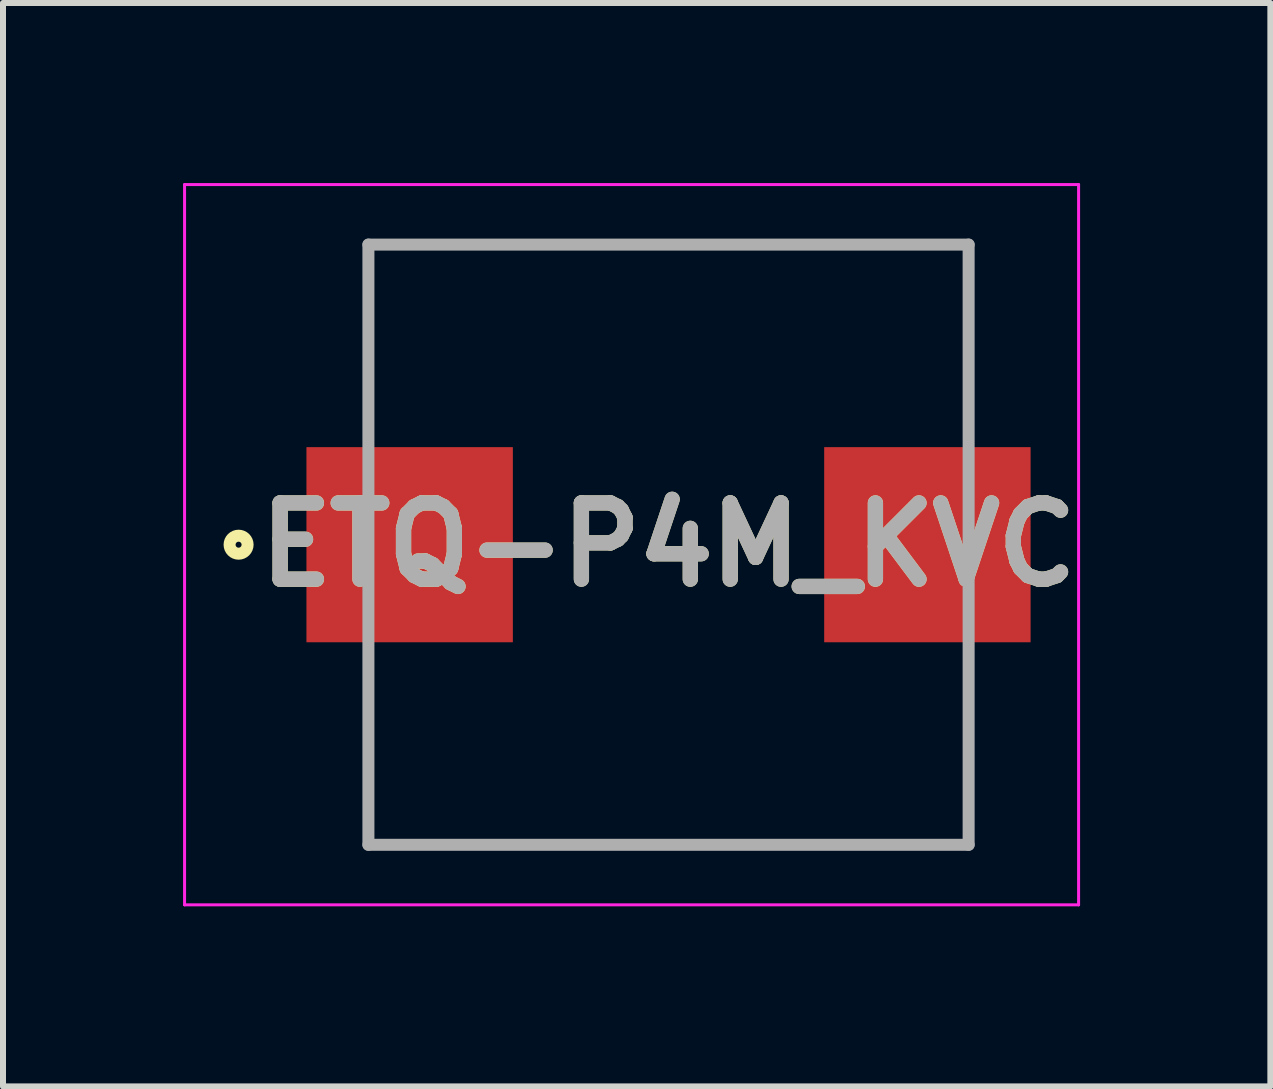
<source format=kicad_pcb>
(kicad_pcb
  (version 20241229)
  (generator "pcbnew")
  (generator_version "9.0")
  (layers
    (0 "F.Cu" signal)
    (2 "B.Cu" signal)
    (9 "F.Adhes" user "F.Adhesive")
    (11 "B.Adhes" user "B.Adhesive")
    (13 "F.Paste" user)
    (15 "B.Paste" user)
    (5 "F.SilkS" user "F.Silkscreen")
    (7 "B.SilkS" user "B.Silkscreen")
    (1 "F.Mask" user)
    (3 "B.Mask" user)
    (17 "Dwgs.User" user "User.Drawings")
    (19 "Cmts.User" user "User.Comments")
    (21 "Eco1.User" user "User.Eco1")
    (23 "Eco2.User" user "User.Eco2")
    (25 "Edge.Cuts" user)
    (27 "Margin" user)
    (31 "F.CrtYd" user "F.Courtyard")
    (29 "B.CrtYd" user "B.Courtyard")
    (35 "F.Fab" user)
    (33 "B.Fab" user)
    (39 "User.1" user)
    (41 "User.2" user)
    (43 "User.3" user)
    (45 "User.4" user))
  (footprint "ETQ-P4M_KVC"
    (layer "F.Cu")
    (at 8.088 6.025)
    (property "Reference" "ETQ-P4M_KVC" (at 0 0 0) (layer "F.SilkS") (effects (font (size 1.27 1.27) (thickness 0.254))))
    (attr smd)
    (fp_line (start -5 -5) (end 5 -5) (stroke (width 0.1) (type solid)) (layer "F.SilkS"))
    (fp_line (start 5 5) (end -5 5) (stroke (width 0.1) (type solid)) (layer "F.SilkS"))
    (fp_circle (center -7.163 0) (end -7.163 0.05) (stroke (width 0.2) (type solid)) (fill no) (layer "F.SilkS"))
    (fp_line (start -8.063 -6) (end 6.832 -6) (stroke (width 0.05) (type solid)) (layer "F.CrtYd"))
    (fp_line (start -8.063 6) (end -8.063 -6) (stroke (width 0.05) (type solid)) (layer "F.CrtYd"))
    (fp_line (start 6.832 -6) (end 6.832 6) (stroke (width 0.05) (type solid)) (layer "F.CrtYd"))
    (fp_line (start 6.832 6) (end -8.063 6) (stroke (width 0.05) (type solid)) (layer "F.CrtYd"))
    (fp_line (start -5 -5) (end 5 -5) (stroke (width 0.2) (type solid)) (layer "F.Fab"))
    (fp_line (start -5 5) (end -5 -5) (stroke (width 0.2) (type solid)) (layer "F.Fab"))
    (fp_line (start 5 -5) (end 5 5) (stroke (width 0.2) (type solid)) (layer "F.Fab"))
    (fp_line (start 5 5) (end -5 5) (stroke (width 0.2) (type solid)) (layer "F.Fab"))
    (fp_text user "${REFERENCE}" (at 0 0 0) (layer "F.Fab") (effects (font (size 1.27 1.27) (thickness 0.254))))
    (pad "1" smd rect (at -4.313 0 90) (size 3.251 3.439) (layers "F.Cu" "F.Mask" "F.Paste"))
    (pad "2" smd rect (at 4.313 0 90) (size 3.251 3.439) (layers "F.Cu" "F.Mask" "F.Paste")))
  (gr_rect
    (start -3 -3)
    (end 18.115 15.05)
    (stroke (width 0.1) (type default))
    (fill no)
    (layer "Edge.Cuts")))
</source>
